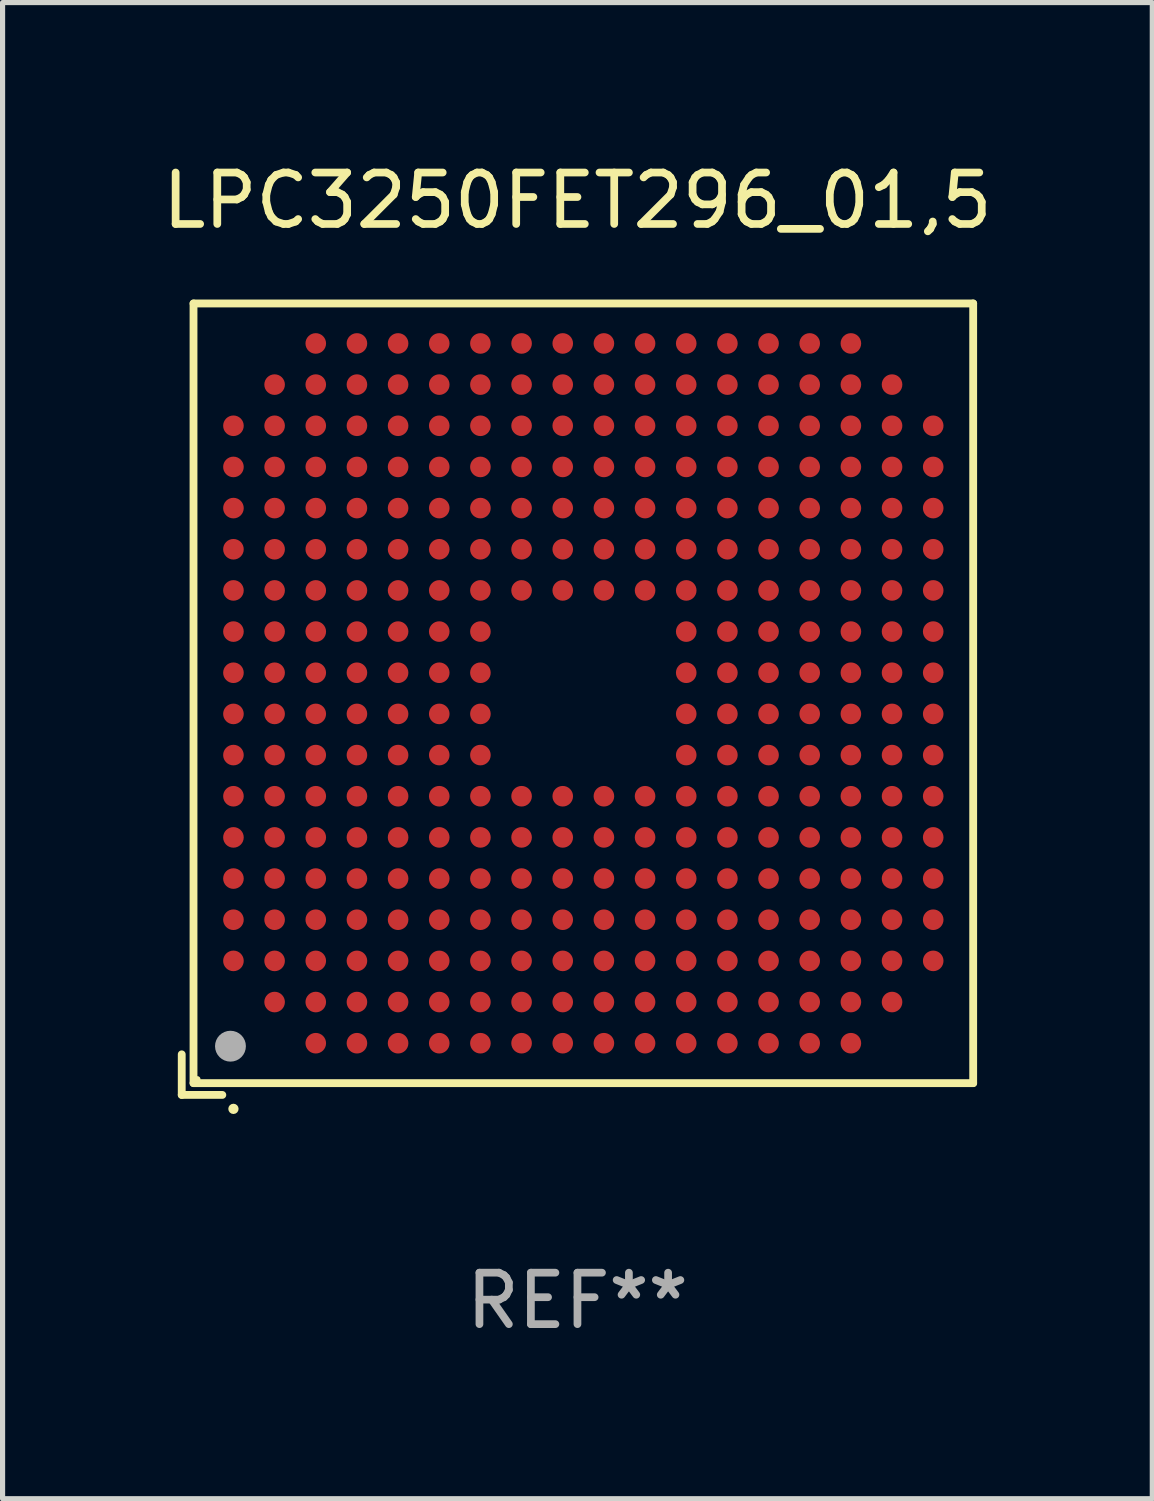
<source format=kicad_pcb>
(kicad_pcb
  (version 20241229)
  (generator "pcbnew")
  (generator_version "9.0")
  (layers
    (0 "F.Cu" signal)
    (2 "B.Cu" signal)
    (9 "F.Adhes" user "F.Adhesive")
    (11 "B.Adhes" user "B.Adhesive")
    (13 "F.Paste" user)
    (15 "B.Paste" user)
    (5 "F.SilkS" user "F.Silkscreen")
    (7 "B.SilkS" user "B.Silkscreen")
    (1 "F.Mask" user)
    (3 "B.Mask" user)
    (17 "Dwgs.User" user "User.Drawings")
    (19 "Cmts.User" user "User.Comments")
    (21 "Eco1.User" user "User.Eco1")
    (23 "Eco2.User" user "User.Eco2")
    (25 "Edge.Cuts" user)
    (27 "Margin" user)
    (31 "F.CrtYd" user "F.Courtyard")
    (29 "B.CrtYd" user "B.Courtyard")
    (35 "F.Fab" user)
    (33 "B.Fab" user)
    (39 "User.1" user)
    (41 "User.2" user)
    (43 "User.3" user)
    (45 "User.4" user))
  (footprint "LPC3250FET296_01,5"
    (layer "F.Cu")
    (at 8.173 10.539)
    (property "Reference" "LPC3250FET296_01,5" (at 0 -9.691 0) (layer "F.SilkS") (effects (font (size 1 1) (thickness 0.15))))
    (attr through_hole)
    (fp_line (start -7.691 6.902) (end -7.691 7.691) (stroke (width 0.152) (type solid)) (layer "F.SilkS"))
    (fp_line (start -7.691 7.691) (end -6.902 7.691) (stroke (width 0.152) (type solid)) (layer "F.SilkS"))
    (fp_line (start -7.462 -7.691) (end 7.691 -7.691) (stroke (width 0.152) (type solid)) (layer "F.SilkS"))
    (fp_line (start -7.462 7.462) (end -7.462 -7.691) (stroke (width 0.152) (type solid)) (layer "F.SilkS"))
    (fp_line (start 7.691 -7.691) (end 7.691 7.462) (stroke (width 0.152) (type solid)) (layer "F.SilkS"))
    (fp_line (start 7.691 7.462) (end -7.462 7.462) (stroke (width 0.152) (type solid)) (layer "F.SilkS"))
    (fp_circle (center -7.386 7.386) (end -7.356 7.386) (stroke (width 0.06) (type solid)) (fill no) (layer "F.SilkS"))
    (fp_circle (center -6.686 7.962) (end -6.636 7.962) (stroke (width 0.1) (type solid)) (fill no) (layer "F.SilkS"))
    (fp_circle (center -6.744 6.744) (end -6.594 6.744) (stroke (width 0.3) (type solid)) (fill no) (layer "F.Fab"))
    (fp_text user "REF**" (at 0 11.691 0) (layer "F.Fab") (effects (font (size 1 1) (thickness 0.15))))
    (pad "A3" smd circle (at -6.686 5.086) (size 0.4 0.4) (layers "F.Cu" "F.Mask" "F.Paste"))
    (pad "A4" smd circle (at -6.686 4.286) (size 0.4 0.4) (layers "F.Cu" "F.Mask" "F.Paste"))
    (pad "A5" smd circle (at -6.686 3.486) (size 0.4 0.4) (layers "F.Cu" "F.Mask" "F.Paste"))
    (pad "A6" smd circle (at -6.686 2.686) (size 0.4 0.4) (layers "F.Cu" "F.Mask" "F.Paste"))
    (pad "A7" smd circle (at -6.686 1.886) (size 0.4 0.4) (layers "F.Cu" "F.Mask" "F.Paste"))
    (pad "A8" smd circle (at -6.686 1.086) (size 0.4 0.4) (layers "F.Cu" "F.Mask" "F.Paste"))
    (pad "A9" smd circle (at -6.686 0.286) (size 0.4 0.4) (layers "F.Cu" "F.Mask" "F.Paste"))
    (pad "A10" smd circle (at -6.686 -0.514) (size 0.4 0.4) (layers "F.Cu" "F.Mask" "F.Paste"))
    (pad "A11" smd circle (at -6.686 -1.314) (size 0.4 0.4) (layers "F.Cu" "F.Mask" "F.Paste"))
    (pad "A12" smd circle (at -6.686 -2.114) (size 0.4 0.4) (layers "F.Cu" "F.Mask" "F.Paste"))
    (pad "A13" smd circle (at -6.686 -2.914) (size 0.4 0.4) (layers "F.Cu" "F.Mask" "F.Paste"))
    (pad "A14" smd circle (at -6.686 -3.714) (size 0.4 0.4) (layers "F.Cu" "F.Mask" "F.Paste"))
    (pad "A15" smd circle (at -6.686 -4.514) (size 0.4 0.4) (layers "F.Cu" "F.Mask" "F.Paste"))
    (pad "A16" smd circle (at -6.686 -5.314) (size 0.4 0.4) (layers "F.Cu" "F.Mask" "F.Paste"))
    (pad "B2" smd circle (at -5.886 5.886) (size 0.4 0.4) (layers "F.Cu" "F.Mask" "F.Paste"))
    (pad "B3" smd circle (at -5.886 5.086) (size 0.4 0.4) (layers "F.Cu" "F.Mask" "F.Paste"))
    (pad "B4" smd circle (at -5.886 4.286) (size 0.4 0.4) (layers "F.Cu" "F.Mask" "F.Paste"))
    (pad "B5" smd circle (at -5.886 3.486) (size 0.4 0.4) (layers "F.Cu" "F.Mask" "F.Paste"))
    (pad "B6" smd circle (at -5.886 2.686) (size 0.4 0.4) (layers "F.Cu" "F.Mask" "F.Paste"))
    (pad "B7" smd circle (at -5.886 1.886) (size 0.4 0.4) (layers "F.Cu" "F.Mask" "F.Paste"))
    (pad "B8" smd circle (at -5.886 1.086) (size 0.4 0.4) (layers "F.Cu" "F.Mask" "F.Paste"))
    (pad "B9" smd circle (at -5.886 0.286) (size 0.4 0.4) (layers "F.Cu" "F.Mask" "F.Paste"))
    (pad "B10" smd circle (at -5.886 -0.514) (size 0.4 0.4) (layers "F.Cu" "F.Mask" "F.Paste"))
    (pad "B11" smd circle (at -5.886 -1.314) (size 0.4 0.4) (layers "F.Cu" "F.Mask" "F.Paste"))
    (pad "B12" smd circle (at -5.886 -2.114) (size 0.4 0.4) (layers "F.Cu" "F.Mask" "F.Paste"))
    (pad "B13" smd circle (at -5.886 -2.914) (size 0.4 0.4) (layers "F.Cu" "F.Mask" "F.Paste"))
    (pad "B14" smd circle (at -5.886 -3.714) (size 0.4 0.4) (layers "F.Cu" "F.Mask" "F.Paste"))
    (pad "B15" smd circle (at -5.886 -4.514) (size 0.4 0.4) (layers "F.Cu" "F.Mask" "F.Paste"))
    (pad "B16" smd circle (at -5.886 -5.314) (size 0.4 0.4) (layers "F.Cu" "F.Mask" "F.Paste"))
    (pad "B17" smd circle (at -5.886 -6.114) (size 0.4 0.4) (layers "F.Cu" "F.Mask" "F.Paste"))
    (pad "C1" smd circle (at -5.086 6.686) (size 0.4 0.4) (layers "F.Cu" "F.Mask" "F.Paste"))
    (pad "C2" smd circle (at -5.086 5.886) (size 0.4 0.4) (layers "F.Cu" "F.Mask" "F.Paste"))
    (pad "C3" smd circle (at -5.086 5.086) (size 0.4 0.4) (layers "F.Cu" "F.Mask" "F.Paste"))
    (pad "C4" smd circle (at -5.086 4.286) (size 0.4 0.4) (layers "F.Cu" "F.Mask" "F.Paste"))
    (pad "C5" smd circle (at -5.086 3.486) (size 0.4 0.4) (layers "F.Cu" "F.Mask" "F.Paste"))
    (pad "C6" smd circle (at -5.086 2.686) (size 0.4 0.4) (layers "F.Cu" "F.Mask" "F.Paste"))
    (pad "C7" smd circle (at -5.086 1.886) (size 0.4 0.4) (layers "F.Cu" "F.Mask" "F.Paste"))
    (pad "C8" smd circle (at -5.086 1.086) (size 0.4 0.4) (layers "F.Cu" "F.Mask" "F.Paste"))
    (pad "C9" smd circle (at -5.086 0.286) (size 0.4 0.4) (layers "F.Cu" "F.Mask" "F.Paste"))
    (pad "C10" smd circle (at -5.086 -0.514) (size 0.4 0.4) (layers "F.Cu" "F.Mask" "F.Paste"))
    (pad "C11" smd circle (at -5.086 -1.314) (size 0.4 0.4) (layers "F.Cu" "F.Mask" "F.Paste"))
    (pad "C12" smd circle (at -5.086 -2.114) (size 0.4 0.4) (layers "F.Cu" "F.Mask" "F.Paste"))
    (pad "C13" smd circle (at -5.086 -2.914) (size 0.4 0.4) (layers "F.Cu" "F.Mask" "F.Paste"))
    (pad "C14" smd circle (at -5.086 -3.714) (size 0.4 0.4) (layers "F.Cu" "F.Mask" "F.Paste"))
    (pad "C15" smd circle (at -5.086 -4.514) (size 0.4 0.4) (layers "F.Cu" "F.Mask" "F.Paste"))
    (pad "C16" smd circle (at -5.086 -5.314) (size 0.4 0.4) (layers "F.Cu" "F.Mask" "F.Paste"))
    (pad "C17" smd circle (at -5.086 -6.114) (size 0.4 0.4) (layers "F.Cu" "F.Mask" "F.Paste"))
    (pad "C18" smd circle (at -5.086 -6.914) (size 0.4 0.4) (layers "F.Cu" "F.Mask" "F.Paste"))
    (pad "D1" smd circle (at -4.286 6.686) (size 0.4 0.4) (layers "F.Cu" "F.Mask" "F.Paste"))
    (pad "D2" smd circle (at -4.286 5.886) (size 0.4 0.4) (layers "F.Cu" "F.Mask" "F.Paste"))
    (pad "D3" smd circle (at -4.286 5.086) (size 0.4 0.4) (layers "F.Cu" "F.Mask" "F.Paste"))
    (pad "D4" smd circle (at -4.286 4.286) (size 0.4 0.4) (layers "F.Cu" "F.Mask" "F.Paste"))
    (pad "D5" smd circle (at -4.286 3.486) (size 0.4 0.4) (layers "F.Cu" "F.Mask" "F.Paste"))
    (pad "D6" smd circle (at -4.286 2.686) (size 0.4 0.4) (layers "F.Cu" "F.Mask" "F.Paste"))
    (pad "D7" smd circle (at -4.286 1.886) (size 0.4 0.4) (layers "F.Cu" "F.Mask" "F.Paste"))
    (pad "D8" smd circle (at -4.286 1.086) (size 0.4 0.4) (layers "F.Cu" "F.Mask" "F.Paste"))
    (pad "D9" smd circle (at -4.286 0.286) (size 0.4 0.4) (layers "F.Cu" "F.Mask" "F.Paste"))
    (pad "D10" smd circle (at -4.286 -0.514) (size 0.4 0.4) (layers "F.Cu" "F.Mask" "F.Paste"))
    (pad "D11" smd circle (at -4.286 -1.314) (size 0.4 0.4) (layers "F.Cu" "F.Mask" "F.Paste"))
    (pad "D12" smd circle (at -4.286 -2.114) (size 0.4 0.4) (layers "F.Cu" "F.Mask" "F.Paste"))
    (pad "D13" smd circle (at -4.286 -2.914) (size 0.4 0.4) (layers "F.Cu" "F.Mask" "F.Paste"))
    (pad "D14" smd circle (at -4.286 -3.714) (size 0.4 0.4) (layers "F.Cu" "F.Mask" "F.Paste"))
    (pad "D15" smd circle (at -4.286 -4.514) (size 0.4 0.4) (layers "F.Cu" "F.Mask" "F.Paste"))
    (pad "D16" smd circle (at -4.286 -5.314) (size 0.4 0.4) (layers "F.Cu" "F.Mask" "F.Paste"))
    (pad "D17" smd circle (at -4.286 -6.114) (size 0.4 0.4) (layers "F.Cu" "F.Mask" "F.Paste"))
    (pad "D18" smd circle (at -4.286 -6.914) (size 0.4 0.4) (layers "F.Cu" "F.Mask" "F.Paste"))
    (pad "E1" smd circle (at -3.486 6.686) (size 0.4 0.4) (layers "F.Cu" "F.Mask" "F.Paste"))
    (pad "E2" smd circle (at -3.486 5.886) (size 0.4 0.4) (layers "F.Cu" "F.Mask" "F.Paste"))
    (pad "E3" smd circle (at -3.486 5.086) (size 0.4 0.4) (layers "F.Cu" "F.Mask" "F.Paste"))
    (pad "E4" smd circle (at -3.486 4.286) (size 0.4 0.4) (layers "F.Cu" "F.Mask" "F.Paste"))
    (pad "E5" smd circle (at -3.486 3.486) (size 0.4 0.4) (layers "F.Cu" "F.Mask" "F.Paste"))
    (pad "E6" smd circle (at -3.486 2.686) (size 0.4 0.4) (layers "F.Cu" "F.Mask" "F.Paste"))
    (pad "E7" smd circle (at -3.486 1.886) (size 0.4 0.4) (layers "F.Cu" "F.Mask" "F.Paste"))
    (pad "E8" smd circle (at -3.486 1.086) (size 0.4 0.4) (layers "F.Cu" "F.Mask" "F.Paste"))
    (pad "E9" smd circle (at -3.486 0.286) (size 0.4 0.4) (layers "F.Cu" "F.Mask" "F.Paste"))
    (pad "E10" smd circle (at -3.486 -0.514) (size 0.4 0.4) (layers "F.Cu" "F.Mask" "F.Paste"))
    (pad "E11" smd circle (at -3.486 -1.314) (size 0.4 0.4) (layers "F.Cu" "F.Mask" "F.Paste"))
    (pad "E12" smd circle (at -3.486 -2.114) (size 0.4 0.4) (layers "F.Cu" "F.Mask" "F.Paste"))
    (pad "E13" smd circle (at -3.486 -2.914) (size 0.4 0.4) (layers "F.Cu" "F.Mask" "F.Paste"))
    (pad "E14" smd circle (at -3.486 -3.714) (size 0.4 0.4) (layers "F.Cu" "F.Mask" "F.Paste"))
    (pad "E15" smd circle (at -3.486 -4.514) (size 0.4 0.4) (layers "F.Cu" "F.Mask" "F.Paste"))
    (pad "E16" smd circle (at -3.486 -5.314) (size 0.4 0.4) (layers "F.Cu" "F.Mask" "F.Paste"))
    (pad "E17" smd circle (at -3.486 -6.114) (size 0.4 0.4) (layers "F.Cu" "F.Mask" "F.Paste"))
    (pad "E18" smd circle (at -3.486 -6.914) (size 0.4 0.4) (layers "F.Cu" "F.Mask" "F.Paste"))
    (pad "F1" smd circle (at -2.686 6.686) (size 0.4 0.4) (layers "F.Cu" "F.Mask" "F.Paste"))
    (pad "F2" smd circle (at -2.686 5.886) (size 0.4 0.4) (layers "F.Cu" "F.Mask" "F.Paste"))
    (pad "F3" smd circle (at -2.686 5.086) (size 0.4 0.4) (layers "F.Cu" "F.Mask" "F.Paste"))
    (pad "F4" smd circle (at -2.686 4.286) (size 0.4 0.4) (layers "F.Cu" "F.Mask" "F.Paste"))
    (pad "F5" smd circle (at -2.686 3.486) (size 0.4 0.4) (layers "F.Cu" "F.Mask" "F.Paste"))
    (pad "F6" smd circle (at -2.686 2.686) (size 0.4 0.4) (layers "F.Cu" "F.Mask" "F.Paste"))
    (pad "F7" smd circle (at -2.686 1.886) (size 0.4 0.4) (layers "F.Cu" "F.Mask" "F.Paste"))
    (pad "F8" smd circle (at -2.686 1.086) (size 0.4 0.4) (layers "F.Cu" "F.Mask" "F.Paste"))
    (pad "F9" smd circle (at -2.686 0.286) (size 0.4 0.4) (layers "F.Cu" "F.Mask" "F.Paste"))
    (pad "F10" smd circle (at -2.686 -0.514) (size 0.4 0.4) (layers "F.Cu" "F.Mask" "F.Paste"))
    (pad "F11" smd circle (at -2.686 -1.314) (size 0.4 0.4) (layers "F.Cu" "F.Mask" "F.Paste"))
    (pad "F12" smd circle (at -2.686 -2.114) (size 0.4 0.4) (layers "F.Cu" "F.Mask" "F.Paste"))
    (pad "F13" smd circle (at -2.686 -2.914) (size 0.4 0.4) (layers "F.Cu" "F.Mask" "F.Paste"))
    (pad "F14" smd circle (at -2.686 -3.714) (size 0.4 0.4) (layers "F.Cu" "F.Mask" "F.Paste"))
    (pad "F15" smd circle (at -2.686 -4.514) (size 0.4 0.4) (layers "F.Cu" "F.Mask" "F.Paste"))
    (pad "F16" smd circle (at -2.686 -5.314) (size 0.4 0.4) (layers "F.Cu" "F.Mask" "F.Paste"))
    (pad "F17" smd circle (at -2.686 -6.114) (size 0.4 0.4) (layers "F.Cu" "F.Mask" "F.Paste"))
    (pad "F18" smd circle (at -2.686 -6.914) (size 0.4 0.4) (layers "F.Cu" "F.Mask" "F.Paste"))
    (pad "G1" smd circle (at -1.886 6.686) (size 0.4 0.4) (layers "F.Cu" "F.Mask" "F.Paste"))
    (pad "G2" smd circle (at -1.886 5.886) (size 0.4 0.4) (layers "F.Cu" "F.Mask" "F.Paste"))
    (pad "G3" smd circle (at -1.886 5.086) (size 0.4 0.4) (layers "F.Cu" "F.Mask" "F.Paste"))
    (pad "G4" smd circle (at -1.886 4.286) (size 0.4 0.4) (layers "F.Cu" "F.Mask" "F.Paste"))
    (pad "G5" smd circle (at -1.886 3.486) (size 0.4 0.4) (layers "F.Cu" "F.Mask" "F.Paste"))
    (pad "G6" smd circle (at -1.886 2.686) (size 0.4 0.4) (layers "F.Cu" "F.Mask" "F.Paste"))
    (pad "G7" smd circle (at -1.886 1.886) (size 0.4 0.4) (layers "F.Cu" "F.Mask" "F.Paste"))
    (pad "G8" smd circle (at -1.886 1.086) (size 0.4 0.4) (layers "F.Cu" "F.Mask" "F.Paste"))
    (pad "G9" smd circle (at -1.886 0.286) (size 0.4 0.4) (layers "F.Cu" "F.Mask" "F.Paste"))
    (pad "G10" smd circle (at -1.886 -0.514) (size 0.4 0.4) (layers "F.Cu" "F.Mask" "F.Paste"))
    (pad "G11" smd circle (at -1.886 -1.314) (size 0.4 0.4) (layers "F.Cu" "F.Mask" "F.Paste"))
    (pad "G12" smd circle (at -1.886 -2.114) (size 0.4 0.4) (layers "F.Cu" "F.Mask" "F.Paste"))
    (pad "G13" smd circle (at -1.886 -2.914) (size 0.4 0.4) (layers "F.Cu" "F.Mask" "F.Paste"))
    (pad "G14" smd circle (at -1.886 -3.714) (size 0.4 0.4) (layers "F.Cu" "F.Mask" "F.Paste"))
    (pad "G15" smd circle (at -1.886 -4.514) (size 0.4 0.4) (layers "F.Cu" "F.Mask" "F.Paste"))
    (pad "G16" smd circle (at -1.886 -5.314) (size 0.4 0.4) (layers "F.Cu" "F.Mask" "F.Paste"))
    (pad "G17" smd circle (at -1.886 -6.114) (size 0.4 0.4) (layers "F.Cu" "F.Mask" "F.Paste"))
    (pad "G18" smd circle (at -1.886 -6.914) (size 0.4 0.4) (layers "F.Cu" "F.Mask" "F.Paste"))
    (pad "H1" smd circle (at -1.086 6.686) (size 0.4 0.4) (layers "F.Cu" "F.Mask" "F.Paste"))
    (pad "H2" smd circle (at -1.086 5.886) (size 0.4 0.4) (layers "F.Cu" "F.Mask" "F.Paste"))
    (pad "H3" smd circle (at -1.086 5.086) (size 0.4 0.4) (layers "F.Cu" "F.Mask" "F.Paste"))
    (pad "H4" smd circle (at -1.086 4.286) (size 0.4 0.4) (layers "F.Cu" "F.Mask" "F.Paste"))
    (pad "H5" smd circle (at -1.086 3.486) (size 0.4 0.4) (layers "F.Cu" "F.Mask" "F.Paste"))
    (pad "H6" smd circle (at -1.086 2.686) (size 0.4 0.4) (layers "F.Cu" "F.Mask" "F.Paste"))
    (pad "H7" smd circle (at -1.086 1.886) (size 0.4 0.4) (layers "F.Cu" "F.Mask" "F.Paste"))
    (pad "H12" smd circle (at -1.086 -2.114) (size 0.4 0.4) (layers "F.Cu" "F.Mask" "F.Paste"))
    (pad "H13" smd circle (at -1.086 -2.914) (size 0.4 0.4) (layers "F.Cu" "F.Mask" "F.Paste"))
    (pad "H14" smd circle (at -1.086 -3.714) (size 0.4 0.4) (layers "F.Cu" "F.Mask" "F.Paste"))
    (pad "H15" smd circle (at -1.086 -4.514) (size 0.4 0.4) (layers "F.Cu" "F.Mask" "F.Paste"))
    (pad "H16" smd circle (at -1.086 -5.314) (size 0.4 0.4) (layers "F.Cu" "F.Mask" "F.Paste"))
    (pad "H17" smd circle (at -1.086 -6.114) (size 0.4 0.4) (layers "F.Cu" "F.Mask" "F.Paste"))
    (pad "H18" smd circle (at -1.086 -6.914) (size 0.4 0.4) (layers "F.Cu" "F.Mask" "F.Paste"))
    (pad "J1" smd circle (at -0.286 6.686) (size 0.4 0.4) (layers "F.Cu" "F.Mask" "F.Paste"))
    (pad "J2" smd circle (at -0.286 5.886) (size 0.4 0.4) (layers "F.Cu" "F.Mask" "F.Paste"))
    (pad "J3" smd circle (at -0.286 5.086) (size 0.4 0.4) (layers "F.Cu" "F.Mask" "F.Paste"))
    (pad "J4" smd circle (at -0.286 4.286) (size 0.4 0.4) (layers "F.Cu" "F.Mask" "F.Paste"))
    (pad "J5" smd circle (at -0.286 3.486) (size 0.4 0.4) (layers "F.Cu" "F.Mask" "F.Paste"))
    (pad "J6" smd circle (at -0.286 2.686) (size 0.4 0.4) (layers "F.Cu" "F.Mask" "F.Paste"))
    (pad "J7" smd circle (at -0.286 1.886) (size 0.4 0.4) (layers "F.Cu" "F.Mask" "F.Paste"))
    (pad "J12" smd circle (at -0.286 -2.114) (size 0.4 0.4) (layers "F.Cu" "F.Mask" "F.Paste"))
    (pad "J13" smd circle (at -0.286 -2.914) (size 0.4 0.4) (layers "F.Cu" "F.Mask" "F.Paste"))
    (pad "J14" smd circle (at -0.286 -3.714) (size 0.4 0.4) (layers "F.Cu" "F.Mask" "F.Paste"))
    (pad "J15" smd circle (at -0.286 -4.514) (size 0.4 0.4) (layers "F.Cu" "F.Mask" "F.Paste"))
    (pad "J16" smd circle (at -0.286 -5.314) (size 0.4 0.4) (layers "F.Cu" "F.Mask" "F.Paste"))
    (pad "J17" smd circle (at -0.286 -6.114) (size 0.4 0.4) (layers "F.Cu" "F.Mask" "F.Paste"))
    (pad "J18" smd circle (at -0.286 -6.914) (size 0.4 0.4) (layers "F.Cu" "F.Mask" "F.Paste"))
    (pad "K1" smd circle (at 0.514 6.686) (size 0.4 0.4) (layers "F.Cu" "F.Mask" "F.Paste"))
    (pad "K2" smd circle (at 0.514 5.886) (size 0.4 0.4) (layers "F.Cu" "F.Mask" "F.Paste"))
    (pad "K3" smd circle (at 0.514 5.086) (size 0.4 0.4) (layers "F.Cu" "F.Mask" "F.Paste"))
    (pad "K4" smd circle (at 0.514 4.286) (size 0.4 0.4) (layers "F.Cu" "F.Mask" "F.Paste"))
    (pad "K5" smd circle (at 0.514 3.486) (size 0.4 0.4) (layers "F.Cu" "F.Mask" "F.Paste"))
    (pad "K6" smd circle (at 0.514 2.686) (size 0.4 0.4) (layers "F.Cu" "F.Mask" "F.Paste"))
    (pad "K7" smd circle (at 0.514 1.886) (size 0.4 0.4) (layers "F.Cu" "F.Mask" "F.Paste"))
    (pad "K12" smd circle (at 0.514 -2.114) (size 0.4 0.4) (layers "F.Cu" "F.Mask" "F.Paste"))
    (pad "K13" smd circle (at 0.514 -2.914) (size 0.4 0.4) (layers "F.Cu" "F.Mask" "F.Paste"))
    (pad "K14" smd circle (at 0.514 -3.714) (size 0.4 0.4) (layers "F.Cu" "F.Mask" "F.Paste"))
    (pad "K15" smd circle (at 0.514 -4.514) (size 0.4 0.4) (layers "F.Cu" "F.Mask" "F.Paste"))
    (pad "K16" smd circle (at 0.514 -5.314) (size 0.4 0.4) (layers "F.Cu" "F.Mask" "F.Paste"))
    (pad "K17" smd circle (at 0.514 -6.114) (size 0.4 0.4) (layers "F.Cu" "F.Mask" "F.Paste"))
    (pad "K18" smd circle (at 0.514 -6.914) (size 0.4 0.4) (layers "F.Cu" "F.Mask" "F.Paste"))
    (pad "L1" smd circle (at 1.314 6.686) (size 0.4 0.4) (layers "F.Cu" "F.Mask" "F.Paste"))
    (pad "L2" smd circle (at 1.314 5.886) (size 0.4 0.4) (layers "F.Cu" "F.Mask" "F.Paste"))
    (pad "L3" smd circle (at 1.314 5.086) (size 0.4 0.4) (layers "F.Cu" "F.Mask" "F.Paste"))
    (pad "L4" smd circle (at 1.314 4.286) (size 0.4 0.4) (layers "F.Cu" "F.Mask" "F.Paste"))
    (pad "L5" smd circle (at 1.314 3.486) (size 0.4 0.4) (layers "F.Cu" "F.Mask" "F.Paste"))
    (pad "L6" smd circle (at 1.314 2.686) (size 0.4 0.4) (layers "F.Cu" "F.Mask" "F.Paste"))
    (pad "L7" smd circle (at 1.314 1.886) (size 0.4 0.4) (layers "F.Cu" "F.Mask" "F.Paste"))
    (pad "L12" smd circle (at 1.314 -2.114) (size 0.4 0.4) (layers "F.Cu" "F.Mask" "F.Paste"))
    (pad "L13" smd circle (at 1.314 -2.914) (size 0.4 0.4) (layers "F.Cu" "F.Mask" "F.Paste"))
    (pad "L14" smd circle (at 1.314 -3.714) (size 0.4 0.4) (layers "F.Cu" "F.Mask" "F.Paste"))
    (pad "L15" smd circle (at 1.314 -4.514) (size 0.4 0.4) (layers "F.Cu" "F.Mask" "F.Paste"))
    (pad "L16" smd circle (at 1.314 -5.314) (size 0.4 0.4) (layers "F.Cu" "F.Mask" "F.Paste"))
    (pad "L17" smd circle (at 1.314 -6.114) (size 0.4 0.4) (layers "F.Cu" "F.Mask" "F.Paste"))
    (pad "L18" smd circle (at 1.314 -6.914) (size 0.4 0.4) (layers "F.Cu" "F.Mask" "F.Paste"))
    (pad "M1" smd circle (at 2.114 6.686) (size 0.4 0.4) (layers "F.Cu" "F.Mask" "F.Paste"))
    (pad "M2" smd circle (at 2.114 5.886) (size 0.4 0.4) (layers "F.Cu" "F.Mask" "F.Paste"))
    (pad "M3" smd circle (at 2.114 5.086) (size 0.4 0.4) (layers "F.Cu" "F.Mask" "F.Paste"))
    (pad "M4" smd circle (at 2.114 4.286) (size 0.4 0.4) (layers "F.Cu" "F.Mask" "F.Paste"))
    (pad "M5" smd circle (at 2.114 3.486) (size 0.4 0.4) (layers "F.Cu" "F.Mask" "F.Paste"))
    (pad "M6" smd circle (at 2.114 2.686) (size 0.4 0.4) (layers "F.Cu" "F.Mask" "F.Paste"))
    (pad "M7" smd circle (at 2.114 1.886) (size 0.4 0.4) (layers "F.Cu" "F.Mask" "F.Paste"))
    (pad "M8" smd circle (at 2.114 1.086) (size 0.4 0.4) (layers "F.Cu" "F.Mask" "F.Paste"))
    (pad "M9" smd circle (at 2.114 0.286) (size 0.4 0.4) (layers "F.Cu" "F.Mask" "F.Paste"))
    (pad "M10" smd circle (at 2.114 -0.514) (size 0.4 0.4) (layers "F.Cu" "F.Mask" "F.Paste"))
    (pad "M11" smd circle (at 2.114 -1.314) (size 0.4 0.4) (layers "F.Cu" "F.Mask" "F.Paste"))
    (pad "M12" smd circle (at 2.114 -2.114) (size 0.4 0.4) (layers "F.Cu" "F.Mask" "F.Paste"))
    (pad "M13" smd circle (at 2.114 -2.914) (size 0.4 0.4) (layers "F.Cu" "F.Mask" "F.Paste"))
    (pad "M14" smd circle (at 2.114 -3.714) (size 0.4 0.4) (layers "F.Cu" "F.Mask" "F.Paste"))
    (pad "M15" smd circle (at 2.114 -4.514) (size 0.4 0.4) (layers "F.Cu" "F.Mask" "F.Paste"))
    (pad "M16" smd circle (at 2.114 -5.314) (size 0.4 0.4) (layers "F.Cu" "F.Mask" "F.Paste"))
    (pad "M17" smd circle (at 2.114 -6.114) (size 0.4 0.4) (layers "F.Cu" "F.Mask" "F.Paste"))
    (pad "M18" smd circle (at 2.114 -6.914) (size 0.4 0.4) (layers "F.Cu" "F.Mask" "F.Paste"))
    (pad "N1" smd circle (at 2.914 6.686) (size 0.4 0.4) (layers "F.Cu" "F.Mask" "F.Paste"))
    (pad "N2" smd circle (at 2.914 5.886) (size 0.4 0.4) (layers "F.Cu" "F.Mask" "F.Paste"))
    (pad "N3" smd circle (at 2.914 5.086) (size 0.4 0.4) (layers "F.Cu" "F.Mask" "F.Paste"))
    (pad "N4" smd circle (at 2.914 4.286) (size 0.4 0.4) (layers "F.Cu" "F.Mask" "F.Paste"))
    (pad "N5" smd circle (at 2.914 3.486) (size 0.4 0.4) (layers "F.Cu" "F.Mask" "F.Paste"))
    (pad "N6" smd circle (at 2.914 2.686) (size 0.4 0.4) (layers "F.Cu" "F.Mask" "F.Paste"))
    (pad "N7" smd circle (at 2.914 1.886) (size 0.4 0.4) (layers "F.Cu" "F.Mask" "F.Paste"))
    (pad "N8" smd circle (at 2.914 1.086) (size 0.4 0.4) (layers "F.Cu" "F.Mask" "F.Paste"))
    (pad "N9" smd circle (at 2.914 0.286) (size 0.4 0.4) (layers "F.Cu" "F.Mask" "F.Paste"))
    (pad "N10" smd circle (at 2.914 -0.514) (size 0.4 0.4) (layers "F.Cu" "F.Mask" "F.Paste"))
    (pad "N11" smd circle (at 2.914 -1.314) (size 0.4 0.4) (layers "F.Cu" "F.Mask" "F.Paste"))
    (pad "N12" smd circle (at 2.914 -2.114) (size 0.4 0.4) (layers "F.Cu" "F.Mask" "F.Paste"))
    (pad "N13" smd circle (at 2.914 -2.914) (size 0.4 0.4) (layers "F.Cu" "F.Mask" "F.Paste"))
    (pad "N14" smd circle (at 2.914 -3.714) (size 0.4 0.4) (layers "F.Cu" "F.Mask" "F.Paste"))
    (pad "N15" smd circle (at 2.914 -4.514) (size 0.4 0.4) (layers "F.Cu" "F.Mask" "F.Paste"))
    (pad "N16" smd circle (at 2.914 -5.314) (size 0.4 0.4) (layers "F.Cu" "F.Mask" "F.Paste"))
    (pad "N17" smd circle (at 2.914 -6.114) (size 0.4 0.4) (layers "F.Cu" "F.Mask" "F.Paste"))
    (pad "N18" smd circle (at 2.914 -6.914) (size 0.4 0.4) (layers "F.Cu" "F.Mask" "F.Paste"))
    (pad "P1" smd circle (at 3.714 6.686) (size 0.4 0.4) (layers "F.Cu" "F.Mask" "F.Paste"))
    (pad "P2" smd circle (at 3.714 5.886) (size 0.4 0.4) (layers "F.Cu" "F.Mask" "F.Paste"))
    (pad "P3" smd circle (at 3.714 5.086) (size 0.4 0.4) (layers "F.Cu" "F.Mask" "F.Paste"))
    (pad "P4" smd circle (at 3.714 4.286) (size 0.4 0.4) (layers "F.Cu" "F.Mask" "F.Paste"))
    (pad "P5" smd circle (at 3.714 3.486) (size 0.4 0.4) (layers "F.Cu" "F.Mask" "F.Paste"))
    (pad "P6" smd circle (at 3.714 2.686) (size 0.4 0.4) (layers "F.Cu" "F.Mask" "F.Paste"))
    (pad "P7" smd circle (at 3.714 1.886) (size 0.4 0.4) (layers "F.Cu" "F.Mask" "F.Paste"))
    (pad "P8" smd circle (at 3.714 1.086) (size 0.4 0.4) (layers "F.Cu" "F.Mask" "F.Paste"))
    (pad "P9" smd circle (at 3.714 0.286) (size 0.4 0.4) (layers "F.Cu" "F.Mask" "F.Paste"))
    (pad "P10" smd circle (at 3.714 -0.514) (size 0.4 0.4) (layers "F.Cu" "F.Mask" "F.Paste"))
    (pad "P11" smd circle (at 3.714 -1.314) (size 0.4 0.4) (layers "F.Cu" "F.Mask" "F.Paste"))
    (pad "P12" smd circle (at 3.714 -2.114) (size 0.4 0.4) (layers "F.Cu" "F.Mask" "F.Paste"))
    (pad "P13" smd circle (at 3.714 -2.914) (size 0.4 0.4) (layers "F.Cu" "F.Mask" "F.Paste"))
    (pad "P14" smd circle (at 3.714 -3.714) (size 0.4 0.4) (layers "F.Cu" "F.Mask" "F.Paste"))
    (pad "P15" smd circle (at 3.714 -4.514) (size 0.4 0.4) (layers "F.Cu" "F.Mask" "F.Paste"))
    (pad "P16" smd circle (at 3.714 -5.314) (size 0.4 0.4) (layers "F.Cu" "F.Mask" "F.Paste"))
    (pad "P17" smd circle (at 3.714 -6.114) (size 0.4 0.4) (layers "F.Cu" "F.Mask" "F.Paste"))
    (pad "P18" smd circle (at 3.714 -6.914) (size 0.4 0.4) (layers "F.Cu" "F.Mask" "F.Paste"))
    (pad "R1" smd circle (at 4.514 6.686) (size 0.4 0.4) (layers "F.Cu" "F.Mask" "F.Paste"))
    (pad "R2" smd circle (at 4.514 5.886) (size 0.4 0.4) (layers "F.Cu" "F.Mask" "F.Paste"))
    (pad "R3" smd circle (at 4.514 5.086) (size 0.4 0.4) (layers "F.Cu" "F.Mask" "F.Paste"))
    (pad "R4" smd circle (at 4.514 4.286) (size 0.4 0.4) (layers "F.Cu" "F.Mask" "F.Paste"))
    (pad "R5" smd circle (at 4.514 3.486) (size 0.4 0.4) (layers "F.Cu" "F.Mask" "F.Paste"))
    (pad "R6" smd circle (at 4.514 2.686) (size 0.4 0.4) (layers "F.Cu" "F.Mask" "F.Paste"))
    (pad "R7" smd circle (at 4.514 1.886) (size 0.4 0.4) (layers "F.Cu" "F.Mask" "F.Paste"))
    (pad "R8" smd circle (at 4.514 1.086) (size 0.4 0.4) (layers "F.Cu" "F.Mask" "F.Paste"))
    (pad "R9" smd circle (at 4.514 0.286) (size 0.4 0.4) (layers "F.Cu" "F.Mask" "F.Paste"))
    (pad "R10" smd circle (at 4.514 -0.514) (size 0.4 0.4) (layers "F.Cu" "F.Mask" "F.Paste"))
    (pad "R11" smd circle (at 4.514 -1.314) (size 0.4 0.4) (layers "F.Cu" "F.Mask" "F.Paste"))
    (pad "R12" smd circle (at 4.514 -2.114) (size 0.4 0.4) (layers "F.Cu" "F.Mask" "F.Paste"))
    (pad "R13" smd circle (at 4.514 -2.914) (size 0.4 0.4) (layers "F.Cu" "F.Mask" "F.Paste"))
    (pad "R14" smd circle (at 4.514 -3.714) (size 0.4 0.4) (layers "F.Cu" "F.Mask" "F.Paste"))
    (pad "R15" smd circle (at 4.514 -4.514) (size 0.4 0.4) (layers "F.Cu" "F.Mask" "F.Paste"))
    (pad "R16" smd circle (at 4.514 -5.314) (size 0.4 0.4) (layers "F.Cu" "F.Mask" "F.Paste"))
    (pad "R17" smd circle (at 4.514 -6.114) (size 0.4 0.4) (layers "F.Cu" "F.Mask" "F.Paste"))
    (pad "R18" smd circle (at 4.514 -6.914) (size 0.4 0.4) (layers "F.Cu" "F.Mask" "F.Paste"))
    (pad "T1" smd circle (at 5.314 6.686) (size 0.4 0.4) (layers "F.Cu" "F.Mask" "F.Paste"))
    (pad "T2" smd circle (at 5.314 5.886) (size 0.4 0.4) (layers "F.Cu" "F.Mask" "F.Paste"))
    (pad "T3" smd circle (at 5.314 5.086) (size 0.4 0.4) (layers "F.Cu" "F.Mask" "F.Paste"))
    (pad "T4" smd circle (at 5.314 4.286) (size 0.4 0.4) (layers "F.Cu" "F.Mask" "F.Paste"))
    (pad "T5" smd circle (at 5.314 3.486) (size 0.4 0.4) (layers "F.Cu" "F.Mask" "F.Paste"))
    (pad "T6" smd circle (at 5.314 2.686) (size 0.4 0.4) (layers "F.Cu" "F.Mask" "F.Paste"))
    (pad "T7" smd circle (at 5.314 1.886) (size 0.4 0.4) (layers "F.Cu" "F.Mask" "F.Paste"))
    (pad "T8" smd circle (at 5.314 1.086) (size 0.4 0.4) (layers "F.Cu" "F.Mask" "F.Paste"))
    (pad "T9" smd circle (at 5.314 0.286) (size 0.4 0.4) (layers "F.Cu" "F.Mask" "F.Paste"))
    (pad "T10" smd circle (at 5.314 -0.514) (size 0.4 0.4) (layers "F.Cu" "F.Mask" "F.Paste"))
    (pad "T11" smd circle (at 5.314 -1.314) (size 0.4 0.4) (layers "F.Cu" "F.Mask" "F.Paste"))
    (pad "T12" smd circle (at 5.314 -2.114) (size 0.4 0.4) (layers "F.Cu" "F.Mask" "F.Paste"))
    (pad "T13" smd circle (at 5.314 -2.914) (size 0.4 0.4) (layers "F.Cu" "F.Mask" "F.Paste"))
    (pad "T14" smd circle (at 5.314 -3.714) (size 0.4 0.4) (layers "F.Cu" "F.Mask" "F.Paste"))
    (pad "T15" smd circle (at 5.314 -4.514) (size 0.4 0.4) (layers "F.Cu" "F.Mask" "F.Paste"))
    (pad "T16" smd circle (at 5.314 -5.314) (size 0.4 0.4) (layers "F.Cu" "F.Mask" "F.Paste"))
    (pad "T17" smd circle (at 5.314 -6.114) (size 0.4 0.4) (layers "F.Cu" "F.Mask" "F.Paste"))
    (pad "T18" smd circle (at 5.314 -6.914) (size 0.4 0.4) (layers "F.Cu" "F.Mask" "F.Paste"))
    (pad "U2" smd circle (at 6.114 5.886) (size 0.4 0.4) (layers "F.Cu" "F.Mask" "F.Paste"))
    (pad "U3" smd circle (at 6.114 5.086) (size 0.4 0.4) (layers "F.Cu" "F.Mask" "F.Paste"))
    (pad "U4" smd circle (at 6.114 4.286) (size 0.4 0.4) (layers "F.Cu" "F.Mask" "F.Paste"))
    (pad "U5" smd circle (at 6.114 3.486) (size 0.4 0.4) (layers "F.Cu" "F.Mask" "F.Paste"))
    (pad "U6" smd circle (at 6.114 2.686) (size 0.4 0.4) (layers "F.Cu" "F.Mask" "F.Paste"))
    (pad "U7" smd circle (at 6.114 1.886) (size 0.4 0.4) (layers "F.Cu" "F.Mask" "F.Paste"))
    (pad "U8" smd circle (at 6.114 1.086) (size 0.4 0.4) (layers "F.Cu" "F.Mask" "F.Paste"))
    (pad "U9" smd circle (at 6.114 0.286) (size 0.4 0.4) (layers "F.Cu" "F.Mask" "F.Paste"))
    (pad "U10" smd circle (at 6.114 -0.514) (size 0.4 0.4) (layers "F.Cu" "F.Mask" "F.Paste"))
    (pad "U11" smd circle (at 6.114 -1.314) (size 0.4 0.4) (layers "F.Cu" "F.Mask" "F.Paste"))
    (pad "U12" smd circle (at 6.114 -2.114) (size 0.4 0.4) (layers "F.Cu" "F.Mask" "F.Paste"))
    (pad "U13" smd circle (at 6.114 -2.914) (size 0.4 0.4) (layers "F.Cu" "F.Mask" "F.Paste"))
    (pad "U14" smd circle (at 6.114 -3.714) (size 0.4 0.4) (layers "F.Cu" "F.Mask" "F.Paste"))
    (pad "U15" smd circle (at 6.114 -4.514) (size 0.4 0.4) (layers "F.Cu" "F.Mask" "F.Paste"))
    (pad "U16" smd circle (at 6.114 -5.314) (size 0.4 0.4) (layers "F.Cu" "F.Mask" "F.Paste"))
    (pad "U17" smd circle (at 6.114 -6.114) (size 0.4 0.4) (layers "F.Cu" "F.Mask" "F.Paste"))
    (pad "V3" smd circle (at 6.914 5.086) (size 0.4 0.4) (layers "F.Cu" "F.Mask" "F.Paste"))
    (pad "V4" smd circle (at 6.914 4.286) (size 0.4 0.4) (layers "F.Cu" "F.Mask" "F.Paste"))
    (pad "V5" smd circle (at 6.914 3.486) (size 0.4 0.4) (layers "F.Cu" "F.Mask" "F.Paste"))
    (pad "V6" smd circle (at 6.914 2.686) (size 0.4 0.4) (layers "F.Cu" "F.Mask" "F.Paste"))
    (pad "V7" smd circle (at 6.914 1.886) (size 0.4 0.4) (layers "F.Cu" "F.Mask" "F.Paste"))
    (pad "V8" smd circle (at 6.914 1.086) (size 0.4 0.4) (layers "F.Cu" "F.Mask" "F.Paste"))
    (pad "V9" smd circle (at 6.914 0.286) (size 0.4 0.4) (layers "F.Cu" "F.Mask" "F.Paste"))
    (pad "V10" smd circle (at 6.914 -0.514) (size 0.4 0.4) (layers "F.Cu" "F.Mask" "F.Paste"))
    (pad "V11" smd circle (at 6.914 -1.314) (size 0.4 0.4) (layers "F.Cu" "F.Mask" "F.Paste"))
    (pad "V12" smd circle (at 6.914 -2.114) (size 0.4 0.4) (layers "F.Cu" "F.Mask" "F.Paste"))
    (pad "V13" smd circle (at 6.914 -2.914) (size 0.4 0.4) (layers "F.Cu" "F.Mask" "F.Paste"))
    (pad "V14" smd circle (at 6.914 -3.714) (size 0.4 0.4) (layers "F.Cu" "F.Mask" "F.Paste"))
    (pad "V15" smd circle (at 6.914 -4.514) (size 0.4 0.4) (layers "F.Cu" "F.Mask" "F.Paste"))
    (pad "V16" smd circle (at 6.914 -5.314) (size 0.4 0.4) (layers "F.Cu" "F.Mask" "F.Paste")))
  (gr_rect
    (start -3 -3)
    (end 19.345 26.078)
    (stroke (width 0.1) (type default))
    (fill no)
    (layer "Edge.Cuts")))
</source>
